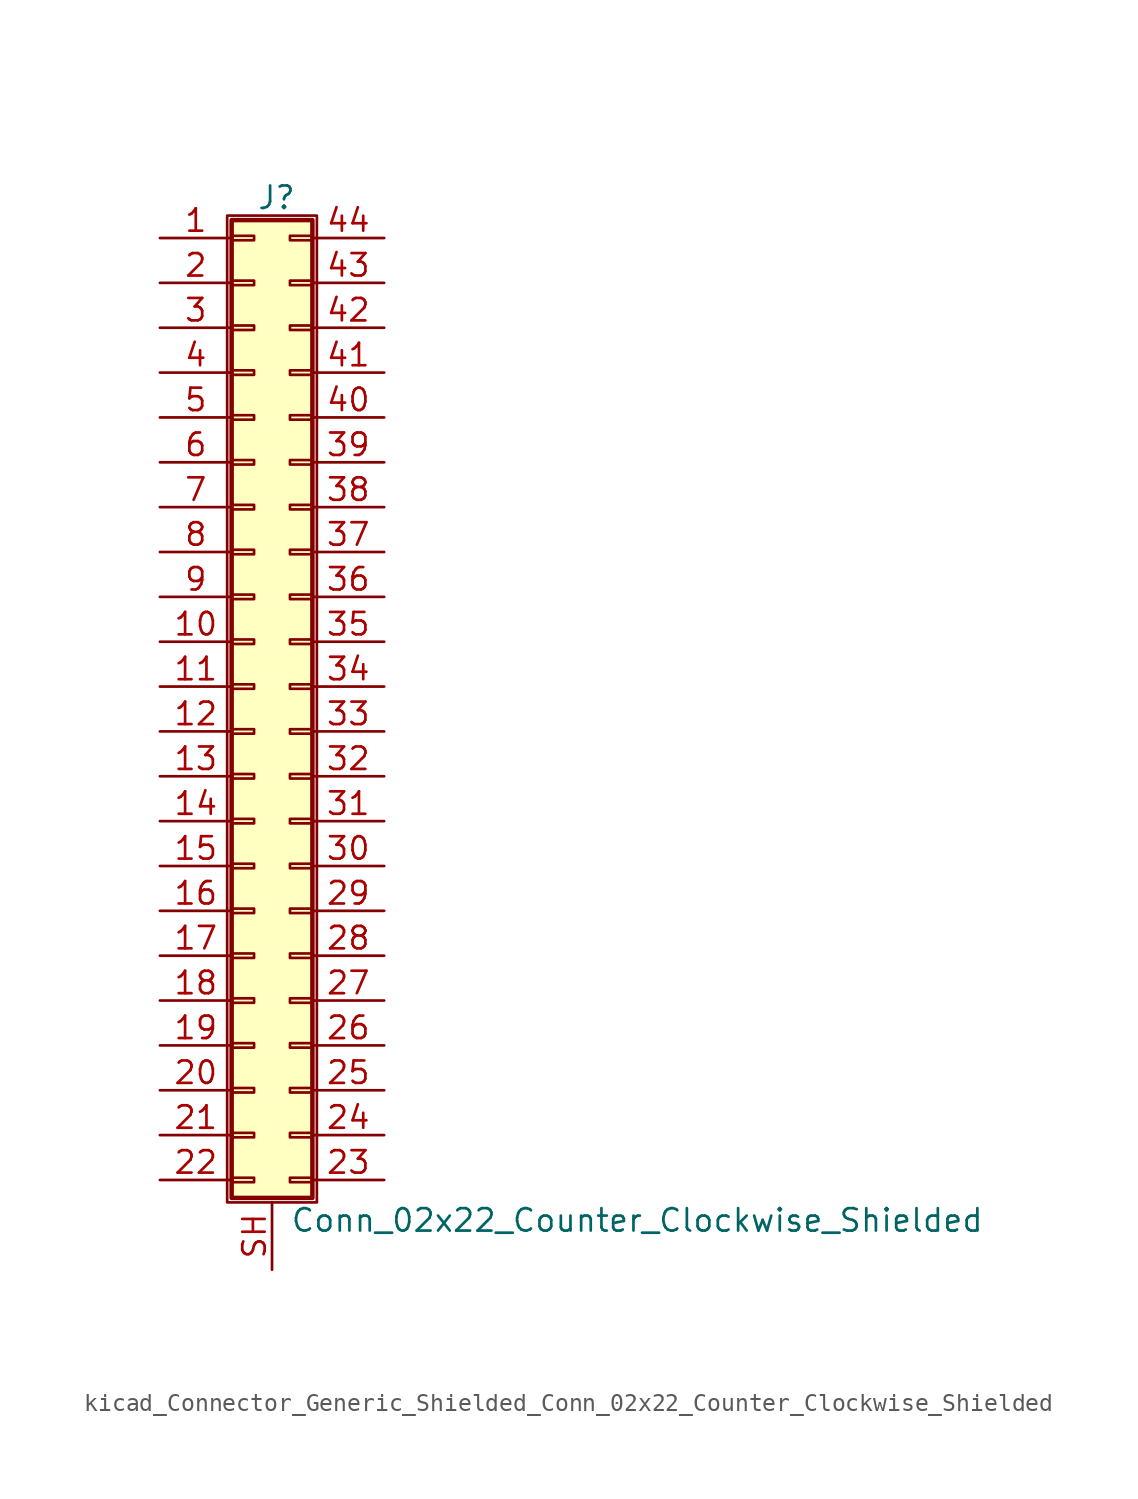
<source format=kicad_sym>
(kicad_symbol_lib
  (version 20220914)
  (generator kicad_symbol_editor)
  (symbol "kicad_Connector_Generic_Shielded_Conn_02x22_Counter_Clockwise_Shielded"
    (pin_names
      (offset 1.016) hide)
    (property "Reference" "J"
      (at 1.524 27.686 0)
      (effects (font (size 1.27 1.27))))
    (property "Value" "Conn_02x22_Counter_Clockwise_Shielded"
      (at 2.286 -30.226 0)
      (effects (font (size 1.27 1.27)) (justify left)))
    (symbol "kicad_Connector_Generic_Shielded_Conn_02x22_Counter_Clockwise_Shielded_1_1"
      (rectangle (start -1.27 26.67) (end 3.81 -29.21) (stroke (width 0.152) (type default)) (fill (type none)))
      (rectangle (start -1.016 -27.813) (end 0.254 -28.067) (stroke (width 0.152) (type default)) (fill (type none)))
      (rectangle (start -1.016 -25.273) (end 0.254 -25.527) (stroke (width 0.152) (type default)) (fill (type none)))
      (rectangle (start -1.016 -22.733) (end 0.254 -22.987) (stroke (width 0.152) (type default)) (fill (type none)))
      (rectangle (start -1.016 -20.193) (end 0.254 -20.447) (stroke (width 0.152) (type default)) (fill (type none)))
      (rectangle (start -1.016 -17.653) (end 0.254 -17.907) (stroke (width 0.152) (type default)) (fill (type none)))
      (rectangle (start -1.016 -15.113) (end 0.254 -15.367) (stroke (width 0.152) (type default)) (fill (type none)))
      (rectangle (start -1.016 -12.573) (end 0.254 -12.827) (stroke (width 0.152) (type default)) (fill (type none)))
      (rectangle (start -1.016 -10.033) (end 0.254 -10.287) (stroke (width 0.152) (type default)) (fill (type none)))
      (rectangle (start -1.016 -7.493) (end 0.254 -7.747) (stroke (width 0.152) (type default)) (fill (type none)))
      (rectangle (start -1.016 -4.953) (end 0.254 -5.207) (stroke (width 0.152) (type default)) (fill (type none)))
      (rectangle (start -1.016 -2.413) (end 0.254 -2.667) (stroke (width 0.152) (type default)) (fill (type none)))
      (rectangle (start -1.016 0.127) (end 0.254 -0.127) (stroke (width 0.152) (type default)) (fill (type none)))
      (rectangle (start -1.016 2.667) (end 0.254 2.413) (stroke (width 0.152) (type default)) (fill (type none)))
      (rectangle (start -1.016 5.207) (end 0.254 4.953) (stroke (width 0.152) (type default)) (fill (type none)))
      (rectangle (start -1.016 7.747) (end 0.254 7.493) (stroke (width 0.152) (type default)) (fill (type none)))
      (rectangle (start -1.016 10.287) (end 0.254 10.033) (stroke (width 0.152) (type default)) (fill (type none)))
      (rectangle (start -1.016 12.827) (end 0.254 12.573) (stroke (width 0.152) (type default)) (fill (type none)))
      (rectangle (start -1.016 15.367) (end 0.254 15.113) (stroke (width 0.152) (type default)) (fill (type none)))
      (rectangle (start -1.016 17.907) (end 0.254 17.653) (stroke (width 0.152) (type default)) (fill (type none)))
      (rectangle (start -1.016 20.447) (end 0.254 20.193) (stroke (width 0.152) (type default)) (fill (type none)))
      (rectangle (start -1.016 22.987) (end 0.254 22.733) (stroke (width 0.152) (type default)) (fill (type none)))
      (rectangle (start -1.016 25.527) (end 0.254 25.273) (stroke (width 0.152) (type default)) (fill (type none)))
      (rectangle (start -1.016 26.416) (end 3.556 -28.956) (stroke (width 0.254) (type default)) (fill (type background)))
      (rectangle (start 3.556 -27.813) (end 2.286 -28.067) (stroke (width 0.152) (type default)) (fill (type none)))
      (rectangle (start 3.556 -25.273) (end 2.286 -25.527) (stroke (width 0.152) (type default)) (fill (type none)))
      (rectangle (start 3.556 -22.733) (end 2.286 -22.987) (stroke (width 0.152) (type default)) (fill (type none)))
      (rectangle (start 3.556 -20.193) (end 2.286 -20.447) (stroke (width 0.152) (type default)) (fill (type none)))
      (rectangle (start 3.556 -17.653) (end 2.286 -17.907) (stroke (width 0.152) (type default)) (fill (type none)))
      (rectangle (start 3.556 -15.113) (end 2.286 -15.367) (stroke (width 0.152) (type default)) (fill (type none)))
      (rectangle (start 3.556 -12.573) (end 2.286 -12.827) (stroke (width 0.152) (type default)) (fill (type none)))
      (rectangle (start 3.556 -10.033) (end 2.286 -10.287) (stroke (width 0.152) (type default)) (fill (type none)))
      (rectangle (start 3.556 -7.493) (end 2.286 -7.747) (stroke (width 0.152) (type default)) (fill (type none)))
      (rectangle (start 3.556 -4.953) (end 2.286 -5.207) (stroke (width 0.152) (type default)) (fill (type none)))
      (rectangle (start 3.556 -2.413) (end 2.286 -2.667) (stroke (width 0.152) (type default)) (fill (type none)))
      (rectangle (start 3.556 0.127) (end 2.286 -0.127) (stroke (width 0.152) (type default)) (fill (type none)))
      (rectangle (start 3.556 2.667) (end 2.286 2.413) (stroke (width 0.152) (type default)) (fill (type none)))
      (rectangle (start 3.556 5.207) (end 2.286 4.953) (stroke (width 0.152) (type default)) (fill (type none)))
      (rectangle (start 3.556 7.747) (end 2.286 7.493) (stroke (width 0.152) (type default)) (fill (type none)))
      (rectangle (start 3.556 10.287) (end 2.286 10.033) (stroke (width 0.152) (type default)) (fill (type none)))
      (rectangle (start 3.556 12.827) (end 2.286 12.573) (stroke (width 0.152) (type default)) (fill (type none)))
      (rectangle (start 3.556 15.367) (end 2.286 15.113) (stroke (width 0.152) (type default)) (fill (type none)))
      (rectangle (start 3.556 17.907) (end 2.286 17.653) (stroke (width 0.152) (type default)) (fill (type none)))
      (rectangle (start 3.556 20.447) (end 2.286 20.193) (stroke (width 0.152) (type default)) (fill (type none)))
      (rectangle (start 3.556 22.987) (end 2.286 22.733) (stroke (width 0.152) (type default)) (fill (type none)))
      (rectangle (start 3.556 25.527) (end 2.286 25.273) (stroke (width 0.152) (type default)) (fill (type none)))
      (pin passive line (at -5.08 25.4 0) (length 4.064) (name "Pin_1" (effects (font (size 1.27 1.27)))) (number "1" (effects (font (size 1.27 1.27)))))
      (pin passive line (at -5.08 2.54 0) (length 4.064) (name "Pin_10" (effects (font (size 1.27 1.27)))) (number "10" (effects (font (size 1.27 1.27)))))
      (pin passive line (at -5.08 0 0) (length 4.064) (name "Pin_11" (effects (font (size 1.27 1.27)))) (number "11" (effects (font (size 1.27 1.27)))))
      (pin passive line (at -5.08 -2.54 0) (length 4.064) (name "Pin_12" (effects (font (size 1.27 1.27)))) (number "12" (effects (font (size 1.27 1.27)))))
      (pin passive line (at -5.08 -5.08 0) (length 4.064) (name "Pin_13" (effects (font (size 1.27 1.27)))) (number "13" (effects (font (size 1.27 1.27)))))
      (pin passive line (at -5.08 -7.62 0) (length 4.064) (name "Pin_14" (effects (font (size 1.27 1.27)))) (number "14" (effects (font (size 1.27 1.27)))))
      (pin passive line (at -5.08 -10.16 0) (length 4.064) (name "Pin_15" (effects (font (size 1.27 1.27)))) (number "15" (effects (font (size 1.27 1.27)))))
      (pin passive line (at -5.08 -12.7 0) (length 4.064) (name "Pin_16" (effects (font (size 1.27 1.27)))) (number "16" (effects (font (size 1.27 1.27)))))
      (pin passive line (at -5.08 -15.24 0) (length 4.064) (name "Pin_17" (effects (font (size 1.27 1.27)))) (number "17" (effects (font (size 1.27 1.27)))))
      (pin passive line (at -5.08 -17.78 0) (length 4.064) (name "Pin_18" (effects (font (size 1.27 1.27)))) (number "18" (effects (font (size 1.27 1.27)))))
      (pin passive line (at -5.08 -20.32 0) (length 4.064) (name "Pin_19" (effects (font (size 1.27 1.27)))) (number "19" (effects (font (size 1.27 1.27)))))
      (pin passive line (at -5.08 22.86 0) (length 4.064) (name "Pin_2" (effects (font (size 1.27 1.27)))) (number "2" (effects (font (size 1.27 1.27)))))
      (pin passive line (at -5.08 -22.86 0) (length 4.064) (name "Pin_20" (effects (font (size 1.27 1.27)))) (number "20" (effects (font (size 1.27 1.27)))))
      (pin passive line (at -5.08 -25.4 0) (length 4.064) (name "Pin_21" (effects (font (size 1.27 1.27)))) (number "21" (effects (font (size 1.27 1.27)))))
      (pin passive line (at -5.08 -27.94 0) (length 4.064) (name "Pin_22" (effects (font (size 1.27 1.27)))) (number "22" (effects (font (size 1.27 1.27)))))
      (pin passive line (at 7.62 -27.94 180) (length 4.064) (name "Pin_23" (effects (font (size 1.27 1.27)))) (number "23" (effects (font (size 1.27 1.27)))))
      (pin passive line (at 7.62 -25.4 180) (length 4.064) (name "Pin_24" (effects (font (size 1.27 1.27)))) (number "24" (effects (font (size 1.27 1.27)))))
      (pin passive line (at 7.62 -22.86 180) (length 4.064) (name "Pin_25" (effects (font (size 1.27 1.27)))) (number "25" (effects (font (size 1.27 1.27)))))
      (pin passive line (at 7.62 -20.32 180) (length 4.064) (name "Pin_26" (effects (font (size 1.27 1.27)))) (number "26" (effects (font (size 1.27 1.27)))))
      (pin passive line (at 7.62 -17.78 180) (length 4.064) (name "Pin_27" (effects (font (size 1.27 1.27)))) (number "27" (effects (font (size 1.27 1.27)))))
      (pin passive line (at 7.62 -15.24 180) (length 4.064) (name "Pin_28" (effects (font (size 1.27 1.27)))) (number "28" (effects (font (size 1.27 1.27)))))
      (pin passive line (at 7.62 -12.7 180) (length 4.064) (name "Pin_29" (effects (font (size 1.27 1.27)))) (number "29" (effects (font (size 1.27 1.27)))))
      (pin passive line (at -5.08 20.32 0) (length 4.064) (name "Pin_3" (effects (font (size 1.27 1.27)))) (number "3" (effects (font (size 1.27 1.27)))))
      (pin passive line (at 7.62 -10.16 180) (length 4.064) (name "Pin_30" (effects (font (size 1.27 1.27)))) (number "30" (effects (font (size 1.27 1.27)))))
      (pin passive line (at 7.62 -7.62 180) (length 4.064) (name "Pin_31" (effects (font (size 1.27 1.27)))) (number "31" (effects (font (size 1.27 1.27)))))
      (pin passive line (at 7.62 -5.08 180) (length 4.064) (name "Pin_32" (effects (font (size 1.27 1.27)))) (number "32" (effects (font (size 1.27 1.27)))))
      (pin passive line (at 7.62 -2.54 180) (length 4.064) (name "Pin_33" (effects (font (size 1.27 1.27)))) (number "33" (effects (font (size 1.27 1.27)))))
      (pin passive line (at 7.62 0 180) (length 4.064) (name "Pin_34" (effects (font (size 1.27 1.27)))) (number "34" (effects (font (size 1.27 1.27)))))
      (pin passive line (at 7.62 2.54 180) (length 4.064) (name "Pin_35" (effects (font (size 1.27 1.27)))) (number "35" (effects (font (size 1.27 1.27)))))
      (pin passive line (at 7.62 5.08 180) (length 4.064) (name "Pin_36" (effects (font (size 1.27 1.27)))) (number "36" (effects (font (size 1.27 1.27)))))
      (pin passive line (at 7.62 7.62 180) (length 4.064) (name "Pin_37" (effects (font (size 1.27 1.27)))) (number "37" (effects (font (size 1.27 1.27)))))
      (pin passive line (at 7.62 10.16 180) (length 4.064) (name "Pin_38" (effects (font (size 1.27 1.27)))) (number "38" (effects (font (size 1.27 1.27)))))
      (pin passive line (at 7.62 12.7 180) (length 4.064) (name "Pin_39" (effects (font (size 1.27 1.27)))) (number "39" (effects (font (size 1.27 1.27)))))
      (pin passive line (at -5.08 17.78 0) (length 4.064) (name "Pin_4" (effects (font (size 1.27 1.27)))) (number "4" (effects (font (size 1.27 1.27)))))
      (pin passive line (at 7.62 15.24 180) (length 4.064) (name "Pin_40" (effects (font (size 1.27 1.27)))) (number "40" (effects (font (size 1.27 1.27)))))
      (pin passive line (at 7.62 17.78 180) (length 4.064) (name "Pin_41" (effects (font (size 1.27 1.27)))) (number "41" (effects (font (size 1.27 1.27)))))
      (pin passive line (at 7.62 20.32 180) (length 4.064) (name "Pin_42" (effects (font (size 1.27 1.27)))) (number "42" (effects (font (size 1.27 1.27)))))
      (pin passive line (at 7.62 22.86 180) (length 4.064) (name "Pin_43" (effects (font (size 1.27 1.27)))) (number "43" (effects (font (size 1.27 1.27)))))
      (pin passive line (at 7.62 25.4 180) (length 4.064) (name "Pin_44" (effects (font (size 1.27 1.27)))) (number "44" (effects (font (size 1.27 1.27)))))
      (pin passive line (at -5.08 15.24 0) (length 4.064) (name "Pin_5" (effects (font (size 1.27 1.27)))) (number "5" (effects (font (size 1.27 1.27)))))
      (pin passive line (at -5.08 12.7 0) (length 4.064) (name "Pin_6" (effects (font (size 1.27 1.27)))) (number "6" (effects (font (size 1.27 1.27)))))
      (pin passive line (at -5.08 10.16 0) (length 4.064) (name "Pin_7" (effects (font (size 1.27 1.27)))) (number "7" (effects (font (size 1.27 1.27)))))
      (pin passive line (at -5.08 7.62 0) (length 4.064) (name "Pin_8" (effects (font (size 1.27 1.27)))) (number "8" (effects (font (size 1.27 1.27)))))
      (pin passive line (at -5.08 5.08 0) (length 4.064) (name "Pin_9" (effects (font (size 1.27 1.27)))) (number "9" (effects (font (size 1.27 1.27)))))
      (pin passive line (at 1.27 -33.02 90) (length 3.81) (name "Shield" (effects (font (size 1.27 1.27)))) (number "SH" (effects (font (size 1.27 1.27))))))))
</source>
